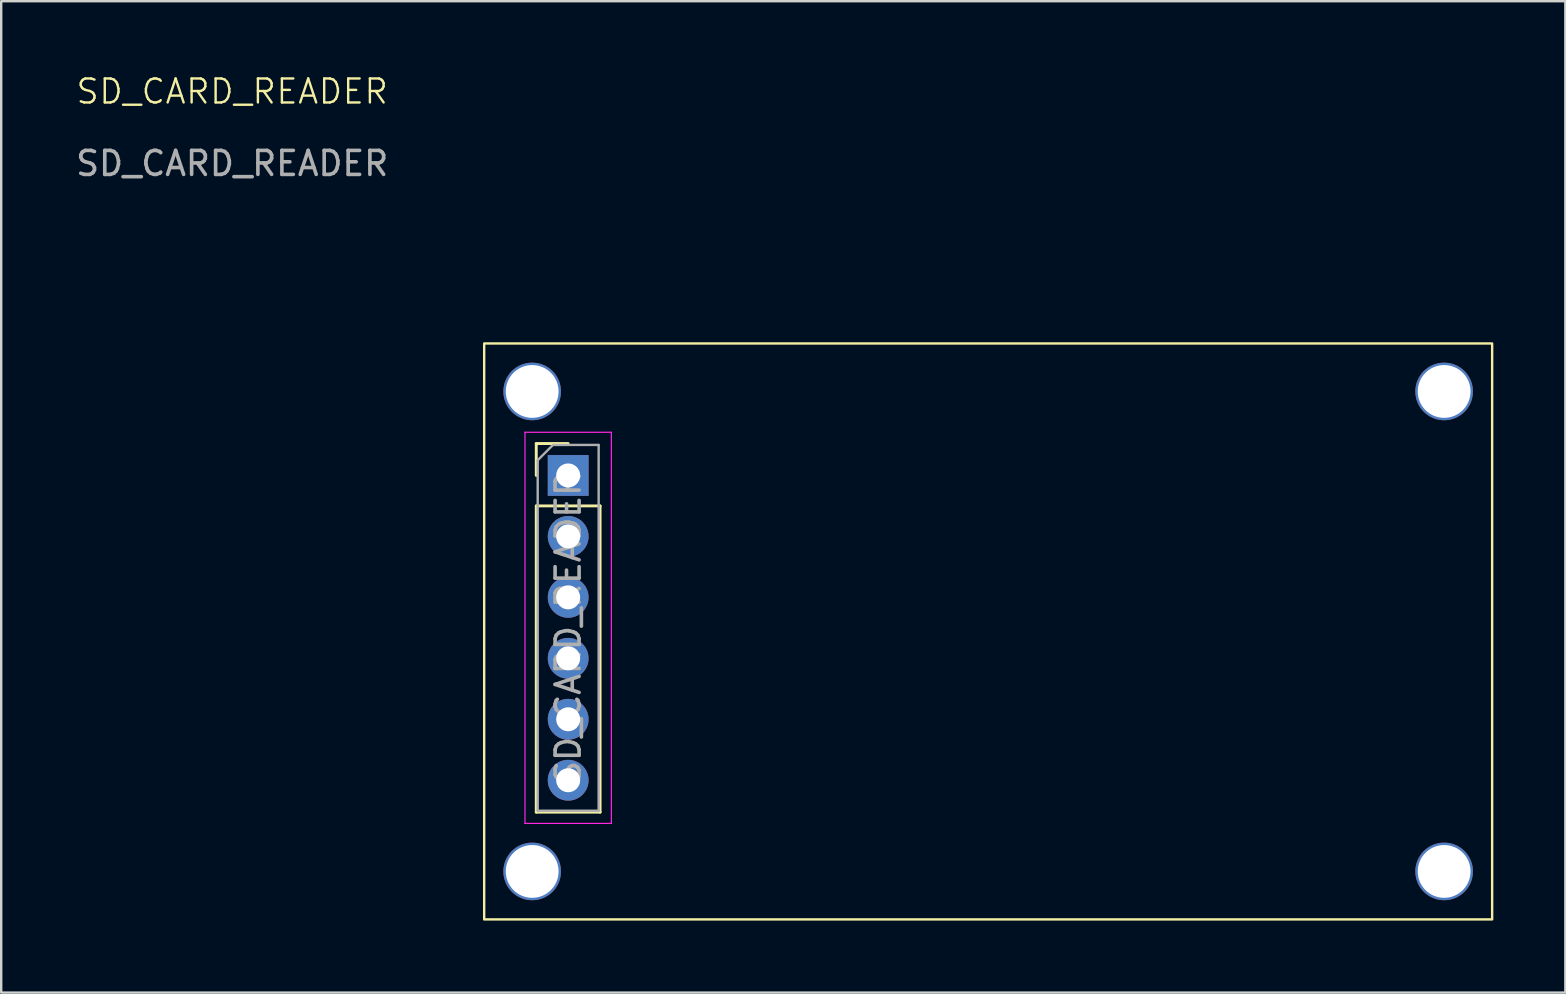
<source format=kicad_pcb>
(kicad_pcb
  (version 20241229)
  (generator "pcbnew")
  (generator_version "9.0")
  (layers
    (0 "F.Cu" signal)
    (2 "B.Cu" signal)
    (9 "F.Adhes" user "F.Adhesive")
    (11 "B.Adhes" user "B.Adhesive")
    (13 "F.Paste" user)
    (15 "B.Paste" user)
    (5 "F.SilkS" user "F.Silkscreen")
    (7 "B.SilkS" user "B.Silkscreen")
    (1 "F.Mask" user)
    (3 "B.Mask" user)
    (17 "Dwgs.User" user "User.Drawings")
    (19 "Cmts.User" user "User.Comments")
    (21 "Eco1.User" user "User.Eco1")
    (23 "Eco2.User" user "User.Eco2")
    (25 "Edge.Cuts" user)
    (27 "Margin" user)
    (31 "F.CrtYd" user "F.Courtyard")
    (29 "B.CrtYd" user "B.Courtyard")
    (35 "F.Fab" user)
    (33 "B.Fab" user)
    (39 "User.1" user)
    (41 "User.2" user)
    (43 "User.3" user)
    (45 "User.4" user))
  (footprint "SD_CARD_READER"
    (layer "F.Cu")
    (at 17.125 11.261)
    (property "Reference" "SD_CARD_READER" (at -10.5 -10.5 0) (unlocked yes) (layer "F.SilkS") (effects (font (size 1 1) (thickness 0.1))))
    (attr through_hole)
    (fp_line (start 2.17 4.17) (end 3.5 4.17) (stroke (width 0.12) (type solid)) (layer "F.SilkS"))
    (fp_line (start 2.17 5.5) (end 2.17 4.17) (stroke (width 0.12) (type solid)) (layer "F.SilkS"))
    (fp_line (start 2.17 6.77) (end 2.17 19.53) (stroke (width 0.12) (type solid)) (layer "F.SilkS"))
    (fp_line (start 2.17 6.77) (end 4.83 6.77) (stroke (width 0.12) (type solid)) (layer "F.SilkS"))
    (fp_line (start 2.17 19.53) (end 4.83 19.53) (stroke (width 0.12) (type solid)) (layer "F.SilkS"))
    (fp_line (start 4.83 6.77) (end 4.83 19.53) (stroke (width 0.12) (type solid)) (layer "F.SilkS"))
    (fp_line (start 1.7 3.7) (end 1.7 20) (stroke (width 0.05) (type solid)) (layer "F.CrtYd"))
    (fp_line (start 1.7 20) (end 5.3 20) (stroke (width 0.05) (type solid)) (layer "F.CrtYd"))
    (fp_line (start 5.3 3.7) (end 1.7 3.7) (stroke (width 0.05) (type solid)) (layer "F.CrtYd"))
    (fp_line (start 5.3 20) (end 5.3 3.7) (stroke (width 0.05) (type solid)) (layer "F.CrtYd"))
    (fp_line (start 2.23 4.865) (end 2.865 4.23) (stroke (width 0.1) (type solid)) (layer "F.Fab"))
    (fp_line (start 2.23 19.47) (end 2.23 4.865) (stroke (width 0.1) (type solid)) (layer "F.Fab"))
    (fp_line (start 2.865 4.23) (end 4.77 4.23) (stroke (width 0.1) (type solid)) (layer "F.Fab"))
    (fp_line (start 4.77 4.23) (end 4.77 19.47) (stroke (width 0.1) (type solid)) (layer "F.Fab"))
    (fp_line (start 4.77 19.47) (end 2.23 19.47) (stroke (width 0.1) (type solid)) (layer "F.Fab"))
    (fp_text user "${REFERENCE}" (at -10.5 -7.5 0) (unlocked yes) (layer "F.Fab") (effects (font (size 1 1) (thickness 0.15))))
    (fp_text user "${REFERENCE}" (at 3.5 11.85 90) (layer "F.Fab") (effects (font (size 1 1) (thickness 0.15))))
    (fp_text_box "" (start 0 0) (end 42 24) (margins 0.8 0.8 0.8 0.8) (layer "F.SilkS") (effects (font (size 1 1) (thickness 0.1)) (justify left top)) (border yes) (stroke (width 0.1) (type solid)))
    (pad "" thru_hole circle (at 2 2) (size 2.4 2.4) (drill 2.2) (layers "*.Cu" "*.Mask"))
    (pad "" thru_hole circle (at 2 22) (size 2.4 2.4) (drill 2.2) (layers "*.Cu" "*.Mask"))
    (pad "" thru_hole circle (at 40 2) (size 2.4 2.4) (drill 2.2) (layers "*.Cu" "*.Mask"))
    (pad "" thru_hole circle (at 40 22) (size 2.4 2.4) (drill 2.2) (layers "*.Cu" "*.Mask"))
    (pad "1" thru_hole oval (at 3.5 18.2) (size 1.7 1.7) (drill 1) (layers "*.Cu" "*.Mask"))
    (pad "2" thru_hole oval (at 3.5 15.66) (size 1.7 1.7) (drill 1) (layers "*.Cu" "*.Mask"))
    (pad "3" thru_hole oval (at 3.5 13.12) (size 1.7 1.7) (drill 1) (layers "*.Cu" "*.Mask"))
    (pad "4" thru_hole oval (at 3.5 10.58) (size 1.7 1.7) (drill 1) (layers "*.Cu" "*.Mask"))
    (pad "5" thru_hole oval (at 3.5 8.04) (size 1.7 1.7) (drill 1) (layers "*.Cu" "*.Mask"))
    (pad "6" thru_hole rect (at 3.5 5.5) (size 1.7 1.7) (drill 1) (layers "*.Cu" "*.Mask")))
  (gr_rect
    (start -3 -3)
    (end 62.175 38.31)
    (stroke (width 0.1) (type default))
    (fill no)
    (layer "Edge.Cuts")))
</source>
